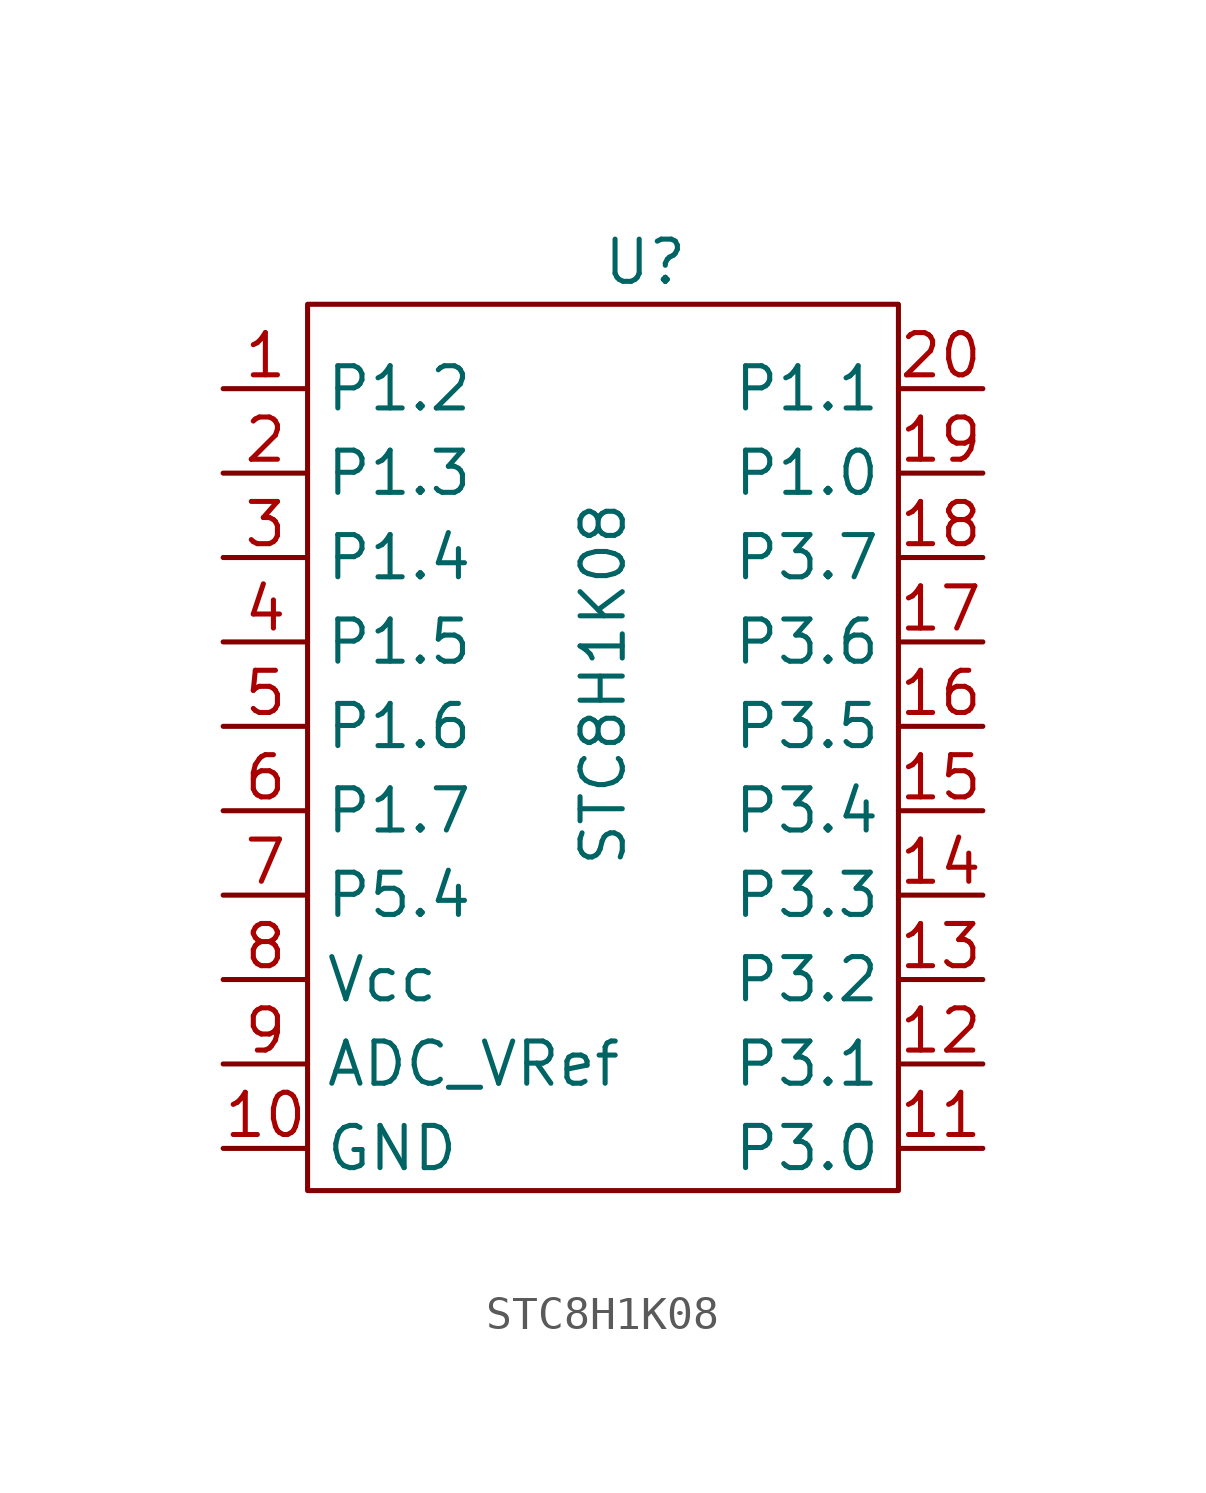
<source format=kicad_sym>
(kicad_symbol_lib
  (version 20211014)
  (generator kicad_symbol_editor)
  (symbol "STC8H1K08"
    (property "Reference" "U"
      (at 1.27 1.27 0)
      (effects (font (size 1.27 1.27))))
    (property "Value" "STC8H1K08"
      (at 0 -11.43 90)
      (effects (font (size 1.27 1.27))))
    (symbol "STC8H1K08_0_1"
      (rectangle (start -8.89 0) (end 8.89 -26.67) (stroke (width 0) (type default) (color 0 0 0 0)) (fill (type none))))
    (symbol "STC8H1K08_1_1"
      (pin bidirectional line (at -11.43 -2.54 0) (length 2.54) (name "P1.2" (effects (font (size 1.27 1.27)))) (number "1" (effects (font (size 1.27 1.27)))))
      (pin power_in line (at -11.43 -25.4 0) (length 2.54) (name "GND" (effects (font (size 1.27 1.27)))) (number "10" (effects (font (size 1.27 1.27)))))
      (pin bidirectional line (at 11.43 -25.4 180) (length 2.54) (name "P3.0" (effects (font (size 1.27 1.27)))) (number "11" (effects (font (size 1.27 1.27)))))
      (pin bidirectional line (at 11.43 -22.86 180) (length 2.54) (name "P3.1" (effects (font (size 1.27 1.27)))) (number "12" (effects (font (size 1.27 1.27)))))
      (pin bidirectional line (at 11.43 -20.32 180) (length 2.54) (name "P3.2" (effects (font (size 1.27 1.27)))) (number "13" (effects (font (size 1.27 1.27)))))
      (pin bidirectional line (at 11.43 -17.78 180) (length 2.54) (name "P3.3" (effects (font (size 1.27 1.27)))) (number "14" (effects (font (size 1.27 1.27)))))
      (pin bidirectional line (at 11.43 -15.24 180) (length 2.54) (name "P3.4" (effects (font (size 1.27 1.27)))) (number "15" (effects (font (size 1.27 1.27)))))
      (pin bidirectional line (at 11.43 -12.7 180) (length 2.54) (name "P3.5" (effects (font (size 1.27 1.27)))) (number "16" (effects (font (size 1.27 1.27)))))
      (pin bidirectional line (at 11.43 -10.16 180) (length 2.54) (name "P3.6" (effects (font (size 1.27 1.27)))) (number "17" (effects (font (size 1.27 1.27)))))
      (pin bidirectional line (at 11.43 -7.62 180) (length 2.54) (name "P3.7" (effects (font (size 1.27 1.27)))) (number "18" (effects (font (size 1.27 1.27)))))
      (pin bidirectional line (at 11.43 -5.08 180) (length 2.54) (name "P1.0" (effects (font (size 1.27 1.27)))) (number "19" (effects (font (size 1.27 1.27)))))
      (pin bidirectional line (at -11.43 -5.08 0) (length 2.54) (name "P1.3" (effects (font (size 1.27 1.27)))) (number "2" (effects (font (size 1.27 1.27)))))
      (pin bidirectional line (at 11.43 -2.54 180) (length 2.54) (name "P1.1" (effects (font (size 1.27 1.27)))) (number "20" (effects (font (size 1.27 1.27)))))
      (pin bidirectional line (at -11.43 -7.62 0) (length 2.54) (name "P1.4" (effects (font (size 1.27 1.27)))) (number "3" (effects (font (size 1.27 1.27)))))
      (pin bidirectional line (at -11.43 -10.16 0) (length 2.54) (name "P1.5" (effects (font (size 1.27 1.27)))) (number "4" (effects (font (size 1.27 1.27)))))
      (pin bidirectional line (at -11.43 -12.7 0) (length 2.54) (name "P1.6" (effects (font (size 1.27 1.27)))) (number "5" (effects (font (size 1.27 1.27)))))
      (pin bidirectional line (at -11.43 -15.24 0) (length 2.54) (name "P1.7" (effects (font (size 1.27 1.27)))) (number "6" (effects (font (size 1.27 1.27)))))
      (pin bidirectional line (at -11.43 -17.78 0) (length 2.54) (name "P5.4" (effects (font (size 1.27 1.27)))) (number "7" (effects (font (size 1.27 1.27)))))
      (pin power_in line (at -11.43 -20.32 0) (length 2.54) (name "Vcc" (effects (font (size 1.27 1.27)))) (number "8" (effects (font (size 1.27 1.27)))))
      (pin bidirectional line (at -11.43 -22.86 0) (length 2.54) (name "ADC_VRef" (effects (font (size 1.27 1.27)))) (number "9" (effects (font (size 1.27 1.27))))))))
</source>
